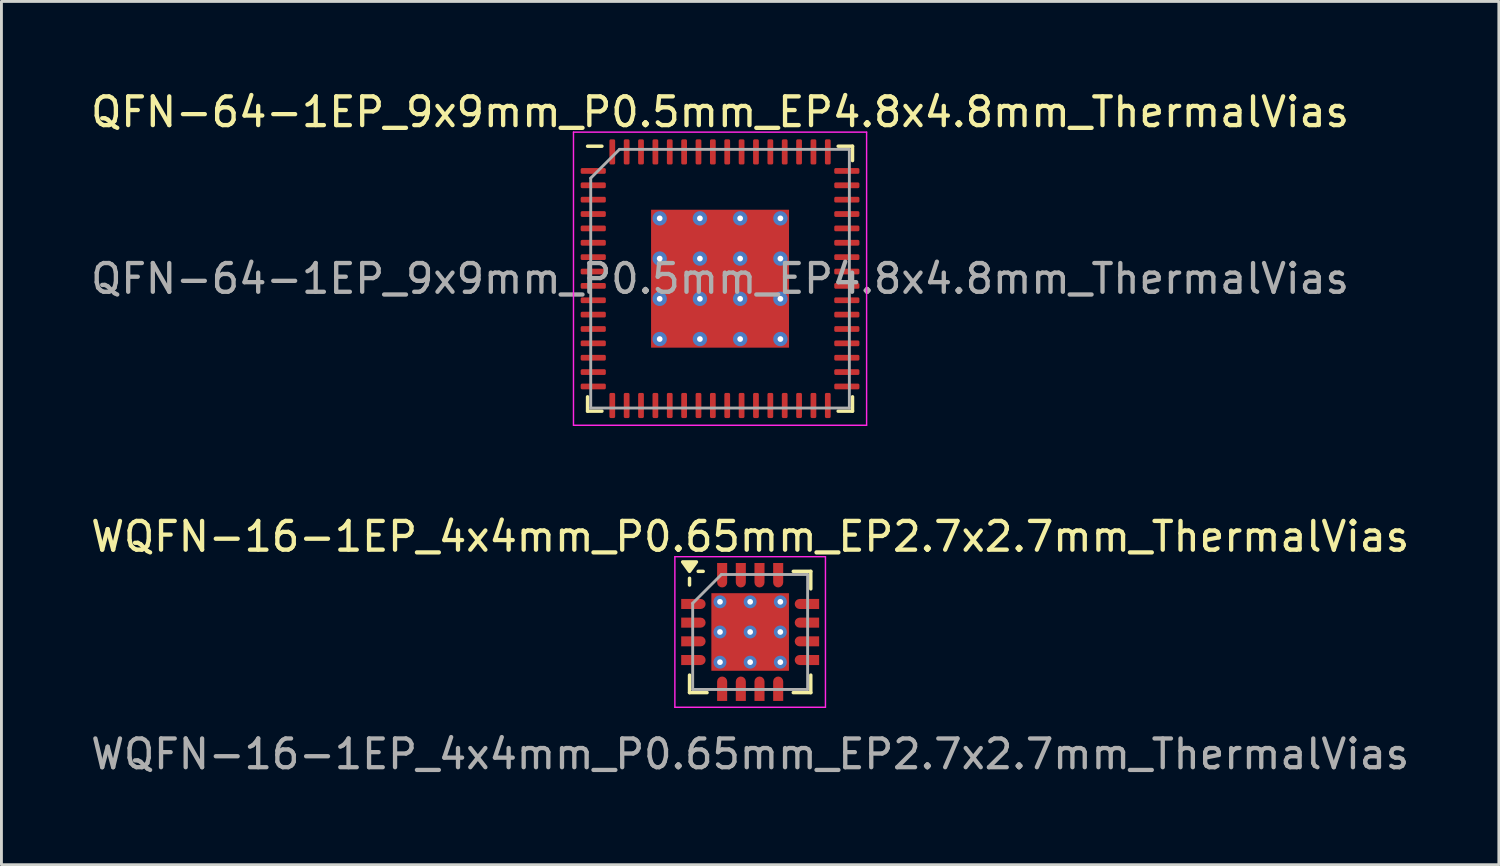
<source format=kicad_pcb>
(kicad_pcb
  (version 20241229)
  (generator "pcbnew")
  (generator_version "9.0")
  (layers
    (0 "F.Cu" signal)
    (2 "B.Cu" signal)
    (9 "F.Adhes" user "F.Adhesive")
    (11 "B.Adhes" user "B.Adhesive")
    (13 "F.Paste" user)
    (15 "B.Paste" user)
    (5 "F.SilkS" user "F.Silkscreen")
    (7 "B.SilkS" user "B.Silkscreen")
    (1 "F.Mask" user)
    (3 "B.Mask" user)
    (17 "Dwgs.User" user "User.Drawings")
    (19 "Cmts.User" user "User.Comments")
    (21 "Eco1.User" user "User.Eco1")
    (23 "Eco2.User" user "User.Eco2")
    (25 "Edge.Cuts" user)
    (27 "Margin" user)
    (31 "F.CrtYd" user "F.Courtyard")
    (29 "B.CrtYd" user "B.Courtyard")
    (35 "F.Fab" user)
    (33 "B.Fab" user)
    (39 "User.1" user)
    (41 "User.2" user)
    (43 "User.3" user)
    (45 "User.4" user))
  (footprint "QFN-64-1EP_9x9mm_P0.5mm_EP4.8x4.8mm_ThermalVias"
    (layer "F.Cu")
    (at 22.006 6.648)
    (property "Reference" "QFN-64-1EP_9x9mm_P0.5mm_EP4.8x4.8mm_ThermalVias" (at 0 -5.8 0) (layer "F.SilkS") (effects (font (size 1 1) (thickness 0.15))))
    (attr smd)
    (fp_line (start -4.61 4.61) (end -4.61 4.11) (stroke (width 0.12) (type solid)) (layer "F.SilkS"))
    (fp_line (start -4.11 -4.61) (end -4.61 -4.61) (stroke (width 0.12) (type solid)) (layer "F.SilkS"))
    (fp_line (start -4.11 4.61) (end -4.61 4.61) (stroke (width 0.12) (type solid)) (layer "F.SilkS"))
    (fp_line (start 4.11 -4.61) (end 4.61 -4.61) (stroke (width 0.12) (type solid)) (layer "F.SilkS"))
    (fp_line (start 4.11 4.61) (end 4.61 4.61) (stroke (width 0.12) (type solid)) (layer "F.SilkS"))
    (fp_line (start 4.61 -4.61) (end 4.61 -4.11) (stroke (width 0.12) (type solid)) (layer "F.SilkS"))
    (fp_line (start 4.61 4.61) (end 4.61 4.11) (stroke (width 0.12) (type solid)) (layer "F.SilkS"))
    (fp_line (start -5.1 -5.1) (end -5.1 5.1) (stroke (width 0.05) (type solid)) (layer "F.CrtYd"))
    (fp_line (start -5.1 5.1) (end 5.1 5.1) (stroke (width 0.05) (type solid)) (layer "F.CrtYd"))
    (fp_line (start 5.1 -5.1) (end -5.1 -5.1) (stroke (width 0.05) (type solid)) (layer "F.CrtYd"))
    (fp_line (start 5.1 5.1) (end 5.1 -5.1) (stroke (width 0.05) (type solid)) (layer "F.CrtYd"))
    (fp_line (start -4.5 -3.5) (end -3.5 -4.5) (stroke (width 0.1) (type solid)) (layer "F.Fab"))
    (fp_line (start -4.5 4.5) (end -4.5 -3.5) (stroke (width 0.1) (type solid)) (layer "F.Fab"))
    (fp_line (start -3.5 -4.5) (end 4.5 -4.5) (stroke (width 0.1) (type solid)) (layer "F.Fab"))
    (fp_line (start 4.5 -4.5) (end 4.5 4.5) (stroke (width 0.1) (type solid)) (layer "F.Fab"))
    (fp_line (start 4.5 4.5) (end -4.5 4.5) (stroke (width 0.1) (type solid)) (layer "F.Fab"))
    (fp_text user "${REFERENCE}" (at 0 0 0) (layer "F.Fab") (effects (font (size 1 1) (thickness 0.15))))
    (pad "" smd roundrect (at -1.4 -1.4) (size 1.263 1.263) (layers "F.Paste") (roundrect_rratio 0.198))
    (pad "" smd roundrect (at -1.4 0) (size 1.263 1.263) (layers "F.Paste") (roundrect_rratio 0.198))
    (pad "" smd roundrect (at -1.4 1.4) (size 1.263 1.263) (layers "F.Paste") (roundrect_rratio 0.198))
    (pad "" smd roundrect (at 0 -1.4) (size 1.263 1.263) (layers "F.Paste") (roundrect_rratio 0.198))
    (pad "" smd roundrect (at 0 0) (size 1.263 1.263) (layers "F.Paste") (roundrect_rratio 0.198))
    (pad "" smd roundrect (at 0 1.4) (size 1.263 1.263) (layers "F.Paste") (roundrect_rratio 0.198))
    (pad "" smd roundrect (at 1.4 -1.4) (size 1.263 1.263) (layers "F.Paste") (roundrect_rratio 0.198))
    (pad "" smd roundrect (at 1.4 0) (size 1.263 1.263) (layers "F.Paste") (roundrect_rratio 0.198))
    (pad "" smd roundrect (at 1.4 1.4) (size 1.263 1.263) (layers "F.Paste") (roundrect_rratio 0.198))
    (pad "1" smd roundrect (at -4.412 -3.75) (size 0.875 0.2) (layers "F.Cu" "F.Mask" "F.Paste") (roundrect_rratio 0.25))
    (pad "2" smd roundrect (at -4.412 -3.25) (size 0.875 0.2) (layers "F.Cu" "F.Mask" "F.Paste") (roundrect_rratio 0.25))
    (pad "3" smd roundrect (at -4.412 -2.75) (size 0.875 0.2) (layers "F.Cu" "F.Mask" "F.Paste") (roundrect_rratio 0.25))
    (pad "4" smd roundrect (at -4.412 -2.25) (size 0.875 0.2) (layers "F.Cu" "F.Mask" "F.Paste") (roundrect_rratio 0.25))
    (pad "5" smd roundrect (at -4.412 -1.75) (size 0.875 0.2) (layers "F.Cu" "F.Mask" "F.Paste") (roundrect_rratio 0.25))
    (pad "6" smd roundrect (at -4.412 -1.25) (size 0.875 0.2) (layers "F.Cu" "F.Mask" "F.Paste") (roundrect_rratio 0.25))
    (pad "7" smd roundrect (at -4.412 -0.75) (size 0.875 0.2) (layers "F.Cu" "F.Mask" "F.Paste") (roundrect_rratio 0.25))
    (pad "8" smd roundrect (at -4.412 -0.25) (size 0.875 0.2) (layers "F.Cu" "F.Mask" "F.Paste") (roundrect_rratio 0.25))
    (pad "9" smd roundrect (at -4.412 0.25) (size 0.875 0.2) (layers "F.Cu" "F.Mask" "F.Paste") (roundrect_rratio 0.25))
    (pad "10" smd roundrect (at -4.412 0.75) (size 0.875 0.2) (layers "F.Cu" "F.Mask" "F.Paste") (roundrect_rratio 0.25))
    (pad "11" smd roundrect (at -4.412 1.25) (size 0.875 0.2) (layers "F.Cu" "F.Mask" "F.Paste") (roundrect_rratio 0.25))
    (pad "12" smd roundrect (at -4.412 1.75) (size 0.875 0.2) (layers "F.Cu" "F.Mask" "F.Paste") (roundrect_rratio 0.25))
    (pad "13" smd roundrect (at -4.412 2.25) (size 0.875 0.2) (layers "F.Cu" "F.Mask" "F.Paste") (roundrect_rratio 0.25))
    (pad "14" smd roundrect (at -4.412 2.75) (size 0.875 0.2) (layers "F.Cu" "F.Mask" "F.Paste") (roundrect_rratio 0.25))
    (pad "15" smd roundrect (at -4.412 3.25) (size 0.875 0.2) (layers "F.Cu" "F.Mask" "F.Paste") (roundrect_rratio 0.25))
    (pad "16" smd roundrect (at -4.412 3.75) (size 0.875 0.2) (layers "F.Cu" "F.Mask" "F.Paste") (roundrect_rratio 0.25))
    (pad "17" smd roundrect (at -3.75 4.412) (size 0.2 0.875) (layers "F.Cu" "F.Mask" "F.Paste") (roundrect_rratio 0.25))
    (pad "18" smd roundrect (at -3.25 4.412) (size 0.2 0.875) (layers "F.Cu" "F.Mask" "F.Paste") (roundrect_rratio 0.25))
    (pad "19" smd roundrect (at -2.75 4.412) (size 0.2 0.875) (layers "F.Cu" "F.Mask" "F.Paste") (roundrect_rratio 0.25))
    (pad "20" smd roundrect (at -2.25 4.412) (size 0.2 0.875) (layers "F.Cu" "F.Mask" "F.Paste") (roundrect_rratio 0.25))
    (pad "21" smd roundrect (at -1.75 4.412) (size 0.2 0.875) (layers "F.Cu" "F.Mask" "F.Paste") (roundrect_rratio 0.25))
    (pad "22" smd roundrect (at -1.25 4.412) (size 0.2 0.875) (layers "F.Cu" "F.Mask" "F.Paste") (roundrect_rratio 0.25))
    (pad "23" smd roundrect (at -0.75 4.412) (size 0.2 0.875) (layers "F.Cu" "F.Mask" "F.Paste") (roundrect_rratio 0.25))
    (pad "24" smd roundrect (at -0.25 4.412) (size 0.2 0.875) (layers "F.Cu" "F.Mask" "F.Paste") (roundrect_rratio 0.25))
    (pad "25" smd roundrect (at 0.25 4.412) (size 0.2 0.875) (layers "F.Cu" "F.Mask" "F.Paste") (roundrect_rratio 0.25))
    (pad "26" smd roundrect (at 0.75 4.412) (size 0.2 0.875) (layers "F.Cu" "F.Mask" "F.Paste") (roundrect_rratio 0.25))
    (pad "27" smd roundrect (at 1.25 4.412) (size 0.2 0.875) (layers "F.Cu" "F.Mask" "F.Paste") (roundrect_rratio 0.25))
    (pad "28" smd roundrect (at 1.75 4.412) (size 0.2 0.875) (layers "F.Cu" "F.Mask" "F.Paste") (roundrect_rratio 0.25))
    (pad "29" smd roundrect (at 2.25 4.412) (size 0.2 0.875) (layers "F.Cu" "F.Mask" "F.Paste") (roundrect_rratio 0.25))
    (pad "30" smd roundrect (at 2.75 4.412) (size 0.2 0.875) (layers "F.Cu" "F.Mask" "F.Paste") (roundrect_rratio 0.25))
    (pad "31" smd roundrect (at 3.25 4.412) (size 0.2 0.875) (layers "F.Cu" "F.Mask" "F.Paste") (roundrect_rratio 0.25))
    (pad "32" smd roundrect (at 3.75 4.412) (size 0.2 0.875) (layers "F.Cu" "F.Mask" "F.Paste") (roundrect_rratio 0.25))
    (pad "33" smd roundrect (at 4.412 3.75) (size 0.875 0.2) (layers "F.Cu" "F.Mask" "F.Paste") (roundrect_rratio 0.25))
    (pad "34" smd roundrect (at 4.412 3.25) (size 0.875 0.2) (layers "F.Cu" "F.Mask" "F.Paste") (roundrect_rratio 0.25))
    (pad "35" smd roundrect (at 4.412 2.75) (size 0.875 0.2) (layers "F.Cu" "F.Mask" "F.Paste") (roundrect_rratio 0.25))
    (pad "36" smd roundrect (at 4.412 2.25) (size 0.875 0.2) (layers "F.Cu" "F.Mask" "F.Paste") (roundrect_rratio 0.25))
    (pad "37" smd roundrect (at 4.412 1.75) (size 0.875 0.2) (layers "F.Cu" "F.Mask" "F.Paste") (roundrect_rratio 0.25))
    (pad "38" smd roundrect (at 4.412 1.25) (size 0.875 0.2) (layers "F.Cu" "F.Mask" "F.Paste") (roundrect_rratio 0.25))
    (pad "39" smd roundrect (at 4.412 0.75) (size 0.875 0.2) (layers "F.Cu" "F.Mask" "F.Paste") (roundrect_rratio 0.25))
    (pad "40" smd roundrect (at 4.412 0.25) (size 0.875 0.2) (layers "F.Cu" "F.Mask" "F.Paste") (roundrect_rratio 0.25))
    (pad "41" smd roundrect (at 4.412 -0.25) (size 0.875 0.2) (layers "F.Cu" "F.Mask" "F.Paste") (roundrect_rratio 0.25))
    (pad "42" smd roundrect (at 4.412 -0.75) (size 0.875 0.2) (layers "F.Cu" "F.Mask" "F.Paste") (roundrect_rratio 0.25))
    (pad "43" smd roundrect (at 4.412 -1.25) (size 0.875 0.2) (layers "F.Cu" "F.Mask" "F.Paste") (roundrect_rratio 0.25))
    (pad "44" smd roundrect (at 4.412 -1.75) (size 0.875 0.2) (layers "F.Cu" "F.Mask" "F.Paste") (roundrect_rratio 0.25))
    (pad "45" smd roundrect (at 4.412 -2.25) (size 0.875 0.2) (layers "F.Cu" "F.Mask" "F.Paste") (roundrect_rratio 0.25))
    (pad "46" smd roundrect (at 4.412 -2.75) (size 0.875 0.2) (layers "F.Cu" "F.Mask" "F.Paste") (roundrect_rratio 0.25))
    (pad "47" smd roundrect (at 4.412 -3.25) (size 0.875 0.2) (layers "F.Cu" "F.Mask" "F.Paste") (roundrect_rratio 0.25))
    (pad "48" smd roundrect (at 4.412 -3.75) (size 0.875 0.2) (layers "F.Cu" "F.Mask" "F.Paste") (roundrect_rratio 0.25))
    (pad "49" smd roundrect (at 3.75 -4.412) (size 0.2 0.875) (layers "F.Cu" "F.Mask" "F.Paste") (roundrect_rratio 0.25))
    (pad "50" smd roundrect (at 3.25 -4.412) (size 0.2 0.875) (layers "F.Cu" "F.Mask" "F.Paste") (roundrect_rratio 0.25))
    (pad "51" smd roundrect (at 2.75 -4.412) (size 0.2 0.875) (layers "F.Cu" "F.Mask" "F.Paste") (roundrect_rratio 0.25))
    (pad "52" smd roundrect (at 2.25 -4.412) (size 0.2 0.875) (layers "F.Cu" "F.Mask" "F.Paste") (roundrect_rratio 0.25))
    (pad "53" smd roundrect (at 1.75 -4.412) (size 0.2 0.875) (layers "F.Cu" "F.Mask" "F.Paste") (roundrect_rratio 0.25))
    (pad "54" smd roundrect (at 1.25 -4.412) (size 0.2 0.875) (layers "F.Cu" "F.Mask" "F.Paste") (roundrect_rratio 0.25))
    (pad "55" smd roundrect (at 0.75 -4.412) (size 0.2 0.875) (layers "F.Cu" "F.Mask" "F.Paste") (roundrect_rratio 0.25))
    (pad "56" smd roundrect (at 0.25 -4.412) (size 0.2 0.875) (layers "F.Cu" "F.Mask" "F.Paste") (roundrect_rratio 0.25))
    (pad "57" smd roundrect (at -0.25 -4.412) (size 0.2 0.875) (layers "F.Cu" "F.Mask" "F.Paste") (roundrect_rratio 0.25))
    (pad "58" smd roundrect (at -0.75 -4.412) (size 0.2 0.875) (layers "F.Cu" "F.Mask" "F.Paste") (roundrect_rratio 0.25))
    (pad "59" smd roundrect (at -1.25 -4.412) (size 0.2 0.875) (layers "F.Cu" "F.Mask" "F.Paste") (roundrect_rratio 0.25))
    (pad "60" smd roundrect (at -1.75 -4.412) (size 0.2 0.875) (layers "F.Cu" "F.Mask" "F.Paste") (roundrect_rratio 0.25))
    (pad "61" smd roundrect (at -2.25 -4.412) (size 0.2 0.875) (layers "F.Cu" "F.Mask" "F.Paste") (roundrect_rratio 0.25))
    (pad "62" smd roundrect (at -2.75 -4.412) (size 0.2 0.875) (layers "F.Cu" "F.Mask" "F.Paste") (roundrect_rratio 0.25))
    (pad "63" smd roundrect (at -3.25 -4.412) (size 0.2 0.875) (layers "F.Cu" "F.Mask" "F.Paste") (roundrect_rratio 0.25))
    (pad "64" smd roundrect (at -3.75 -4.412) (size 0.2 0.875) (layers "F.Cu" "F.Mask" "F.Paste") (roundrect_rratio 0.25))
    (pad "65" thru_hole circle (at -2.1 -2.1) (size 0.5 0.5) (drill 0.2) (property pad_prop_heatsink) (layers "*.Cu") (remove_unused_layers yes) (keep_end_layers yes) (zone_layer_connections))
    (pad "65" thru_hole circle (at -2.1 -0.7) (size 0.5 0.5) (drill 0.2) (property pad_prop_heatsink) (layers "*.Cu") (remove_unused_layers yes) (keep_end_layers yes) (zone_layer_connections))
    (pad "65" thru_hole circle (at -2.1 0.7) (size 0.5 0.5) (drill 0.2) (property pad_prop_heatsink) (layers "*.Cu") (remove_unused_layers yes) (keep_end_layers yes) (zone_layer_connections))
    (pad "65" thru_hole circle (at -2.1 2.1) (size 0.5 0.5) (drill 0.2) (property pad_prop_heatsink) (layers "*.Cu") (remove_unused_layers yes) (keep_end_layers yes) (zone_layer_connections))
    (pad "65" thru_hole circle (at -0.7 -2.1) (size 0.5 0.5) (drill 0.2) (property pad_prop_heatsink) (layers "*.Cu") (remove_unused_layers yes) (keep_end_layers yes) (zone_layer_connections))
    (pad "65" thru_hole circle (at -0.7 -0.7) (size 0.5 0.5) (drill 0.2) (property pad_prop_heatsink) (layers "*.Cu") (remove_unused_layers yes) (keep_end_layers yes) (zone_layer_connections))
    (pad "65" thru_hole circle (at -0.7 0.7) (size 0.5 0.5) (drill 0.2) (property pad_prop_heatsink) (layers "*.Cu") (remove_unused_layers yes) (keep_end_layers yes) (zone_layer_connections))
    (pad "65" thru_hole circle (at -0.7 2.1) (size 0.5 0.5) (drill 0.2) (property pad_prop_heatsink) (layers "*.Cu") (remove_unused_layers yes) (keep_end_layers yes) (zone_layer_connections))
    (pad "65" smd rect (at 0 0) (size 4.8 4.8) (layers "F.Cu" "F.Mask"))
    (pad "65" thru_hole circle (at 0.7 -2.1) (size 0.5 0.5) (drill 0.2) (property pad_prop_heatsink) (layers "*.Cu") (remove_unused_layers yes) (keep_end_layers yes) (zone_layer_connections))
    (pad "65" thru_hole circle (at 0.7 -0.7) (size 0.5 0.5) (drill 0.2) (property pad_prop_heatsink) (layers "*.Cu") (remove_unused_layers yes) (keep_end_layers yes) (zone_layer_connections))
    (pad "65" thru_hole circle (at 0.7 0.7) (size 0.5 0.5) (drill 0.2) (property pad_prop_heatsink) (layers "*.Cu") (remove_unused_layers yes) (keep_end_layers yes) (zone_layer_connections))
    (pad "65" thru_hole circle (at 0.7 2.1) (size 0.5 0.5) (drill 0.2) (property pad_prop_heatsink) (layers "*.Cu") (remove_unused_layers yes) (keep_end_layers yes) (zone_layer_connections))
    (pad "65" thru_hole circle (at 2.1 -2.1) (size 0.5 0.5) (drill 0.2) (property pad_prop_heatsink) (layers "*.Cu") (remove_unused_layers yes) (keep_end_layers yes) (zone_layer_connections))
    (pad "65" thru_hole circle (at 2.1 -0.7) (size 0.5 0.5) (drill 0.2) (property pad_prop_heatsink) (layers "*.Cu") (remove_unused_layers yes) (keep_end_layers yes) (zone_layer_connections))
    (pad "65" thru_hole circle (at 2.1 0.7) (size 0.5 0.5) (drill 0.2) (property pad_prop_heatsink) (layers "*.Cu") (remove_unused_layers yes) (keep_end_layers yes) (zone_layer_connections))
    (pad "65" thru_hole circle (at 2.1 2.1) (size 0.5 0.5) (drill 0.2) (property pad_prop_heatsink) (layers "*.Cu") (remove_unused_layers yes) (keep_end_layers yes) (zone_layer_connections)))
  (footprint "WQFN-16-1EP_4x4mm_P0.65mm_EP2.7x2.7mm_ThermalVias"
    (layer "F.Cu")
    (at 23.054 18.942)
    (property "Reference" "WQFN-16-1EP_4x4mm_P0.65mm_EP2.7x2.7mm_ThermalVias" (at 0 -3.32 0) (layer "F.SilkS") (effects (font (size 1 1) (thickness 0.15))))
    (attr smd)
    (fp_line (start -2.11 -1.634) (end -2.11 -1.869) (stroke (width 0.12) (type solid)) (layer "F.SilkS"))
    (fp_line (start -2.11 2.11) (end -2.11 1.5) (stroke (width 0.12) (type solid)) (layer "F.SilkS"))
    (fp_line (start -1.634 -2.11) (end -1.809 -2.11) (stroke (width 0.12) (type solid)) (layer "F.SilkS"))
    (fp_line (start -1.5 2.11) (end -2.11 2.11) (stroke (width 0.12) (type solid)) (layer "F.SilkS"))
    (fp_line (start 1.5 -2.11) (end 2.11 -2.11) (stroke (width 0.12) (type solid)) (layer "F.SilkS"))
    (fp_line (start 1.5 2.11) (end 2.11 2.11) (stroke (width 0.12) (type solid)) (layer "F.SilkS"))
    (fp_line (start 2.11 -2.11) (end 2.11 -1.5) (stroke (width 0.12) (type solid)) (layer "F.SilkS"))
    (fp_line (start 2.11 2.11) (end 2.11 1.5) (stroke (width 0.12) (type solid)) (layer "F.SilkS"))
    (fp_poly (pts (xy -2.109 -2.109) (xy -2.349 -2.439) (xy -1.869 -2.439) (xy -2.109 -2.109)) (stroke (width 0.12) (type solid)) (fill yes) (layer "F.SilkS"))
    (fp_line (start -2.62 -2.62) (end -2.62 2.62) (stroke (width 0.05) (type solid)) (layer "F.CrtYd"))
    (fp_line (start -2.62 2.62) (end 2.62 2.62) (stroke (width 0.05) (type solid)) (layer "F.CrtYd"))
    (fp_line (start 2.62 -2.62) (end -2.62 -2.62) (stroke (width 0.05) (type solid)) (layer "F.CrtYd"))
    (fp_line (start 2.62 2.62) (end 2.62 -2.62) (stroke (width 0.05) (type solid)) (layer "F.CrtYd"))
    (fp_line (start -2 -1) (end -1 -2) (stroke (width 0.1) (type solid)) (layer "F.Fab"))
    (fp_line (start -2 2) (end -2 -1) (stroke (width 0.1) (type solid)) (layer "F.Fab"))
    (fp_line (start -1 -2) (end 2 -2) (stroke (width 0.1) (type solid)) (layer "F.Fab"))
    (fp_line (start 2 -2) (end 2 2) (stroke (width 0.1) (type solid)) (layer "F.Fab"))
    (fp_line (start 2 2) (end -2 2) (stroke (width 0.1) (type solid)) (layer "F.Fab"))
    (fp_text user "${REFERENCE}" (at 0 4.25 0) (layer "F.Fab") (effects (font (size 1 1) (thickness 0.15))))
    (pad "" smd roundrect (at -0.65 -0.65) (size 1.06 1.1) (layers "F.Paste") (roundrect_rratio 0.1))
    (pad "" smd roundrect (at -0.65 0.65) (size 1.06 1.1) (layers "F.Paste") (roundrect_rratio 0.1))
    (pad "" smd roundrect (at 0.65 -0.65) (size 1.06 1.1) (layers "F.Paste") (roundrect_rratio 0.1))
    (pad "" smd roundrect (at 0.65 0.65) (size 1.06 1.1) (layers "F.Paste") (roundrect_rratio 0.1))
    (pad "1" smd roundrect (at -1.975 -0.975) (size 0.85 0.35) (layers "F.Cu" "F.Mask" "F.Paste") (roundrect_rratio 0.5) (chamfer_ratio 0) (chamfer top_left bottom_left))
    (pad "2" smd roundrect (at -1.975 -0.325) (size 0.85 0.35) (layers "F.Cu" "F.Mask" "F.Paste") (roundrect_rratio 0.5) (chamfer_ratio 0) (chamfer top_left bottom_left))
    (pad "3" smd roundrect (at -1.975 0.325) (size 0.85 0.35) (layers "F.Cu" "F.Mask" "F.Paste") (roundrect_rratio 0.5) (chamfer_ratio 0) (chamfer top_left bottom_left))
    (pad "4" smd roundrect (at -1.975 0.975) (size 0.85 0.35) (layers "F.Cu" "F.Mask" "F.Paste") (roundrect_rratio 0.5) (chamfer_ratio 0) (chamfer top_left bottom_left))
    (pad "5" smd roundrect (at -0.975 1.975) (size 0.35 0.85) (layers "F.Cu" "F.Mask" "F.Paste") (roundrect_rratio 0.5) (chamfer_ratio 0) (chamfer bottom_left bottom_right))
    (pad "6" smd roundrect (at -0.325 1.975) (size 0.35 0.85) (layers "F.Cu" "F.Mask" "F.Paste") (roundrect_rratio 0.5) (chamfer_ratio 0) (chamfer bottom_left bottom_right))
    (pad "7" smd roundrect (at 0.325 1.975) (size 0.35 0.85) (layers "F.Cu" "F.Mask" "F.Paste") (roundrect_rratio 0.5) (chamfer_ratio 0) (chamfer bottom_left bottom_right))
    (pad "8" smd roundrect (at 0.975 1.975) (size 0.35 0.85) (layers "F.Cu" "F.Mask" "F.Paste") (roundrect_rratio 0.5) (chamfer_ratio 0) (chamfer bottom_left bottom_right))
    (pad "9" smd roundrect (at 1.975 0.975) (size 0.85 0.35) (layers "F.Cu" "F.Mask" "F.Paste") (roundrect_rratio 0.5) (chamfer_ratio 0) (chamfer top_right bottom_right))
    (pad "10" smd roundrect (at 1.975 0.325) (size 0.85 0.35) (layers "F.Cu" "F.Mask" "F.Paste") (roundrect_rratio 0.5) (chamfer_ratio 0) (chamfer top_right bottom_right))
    (pad "11" smd roundrect (at 1.975 -0.325) (size 0.85 0.35) (layers "F.Cu" "F.Mask" "F.Paste") (roundrect_rratio 0.5) (chamfer_ratio 0) (chamfer top_right bottom_right))
    (pad "12" smd roundrect (at 1.975 -0.975) (size 0.85 0.35) (layers "F.Cu" "F.Mask" "F.Paste") (roundrect_rratio 0.5) (chamfer_ratio 0) (chamfer top_right bottom_right))
    (pad "13" smd roundrect (at 0.975 -1.975) (size 0.35 0.85) (layers "F.Cu" "F.Mask" "F.Paste") (roundrect_rratio 0.5) (chamfer_ratio 0) (chamfer top_left top_right))
    (pad "14" smd roundrect (at 0.325 -1.975) (size 0.35 0.85) (layers "F.Cu" "F.Mask" "F.Paste") (roundrect_rratio 0.5) (chamfer_ratio 0) (chamfer top_left top_right))
    (pad "15" smd roundrect (at -0.325 -1.975) (size 0.35 0.85) (layers "F.Cu" "F.Mask" "F.Paste") (roundrect_rratio 0.5) (chamfer_ratio 0) (chamfer top_left top_right))
    (pad "16" smd roundrect (at -0.975 -1.975) (size 0.35 0.85) (layers "F.Cu" "F.Mask" "F.Paste") (roundrect_rratio 0.5) (chamfer_ratio 0) (chamfer top_left top_right))
    (pad "17" thru_hole circle (at -1.05 -1.05) (size 0.45 0.45) (drill 0.2) (property pad_prop_heatsink) (layers "*.Cu"))
    (pad "17" thru_hole circle (at -1.05 0) (size 0.45 0.45) (drill 0.2) (property pad_prop_heatsink) (layers "*.Cu"))
    (pad "17" thru_hole circle (at -1.05 1.05) (size 0.45 0.45) (drill 0.2) (property pad_prop_heatsink) (layers "*.Cu"))
    (pad "17" thru_hole circle (at 0 -1.05) (size 0.45 0.45) (drill 0.2) (property pad_prop_heatsink) (layers "*.Cu"))
    (pad "17" thru_hole circle (at 0 0) (size 0.45 0.45) (drill 0.2) (property pad_prop_heatsink) (layers "*.Cu"))
    (pad "17" smd custom (at 0 0) (size 2.7 2.7) (layers "F.Cu" "F.Mask") (options (anchor rect)) (primitives (gr_bbox (start -0.75 -0.75) (end 0.75 0.75) (fill no))))
    (pad "17" thru_hole circle (at 0 1.05) (size 0.45 0.45) (drill 0.2) (property pad_prop_heatsink) (layers "*.Cu"))
    (pad "17" thru_hole circle (at 1.05 -1.05) (size 0.45 0.45) (drill 0.2) (property pad_prop_heatsink) (layers "*.Cu"))
    (pad "17" thru_hole circle (at 1.05 0) (size 0.45 0.45) (drill 0.2) (property pad_prop_heatsink) (layers "*.Cu"))
    (pad "17" thru_hole circle (at 1.05 1.05) (size 0.45 0.45) (drill 0.2) (property pad_prop_heatsink) (layers "*.Cu")))
  (gr_rect
    (start -3 -3)
    (end 49.107 27.04)
    (stroke (width 0.1) (type default))
    (fill no)
    (layer "Edge.Cuts")))
</source>
